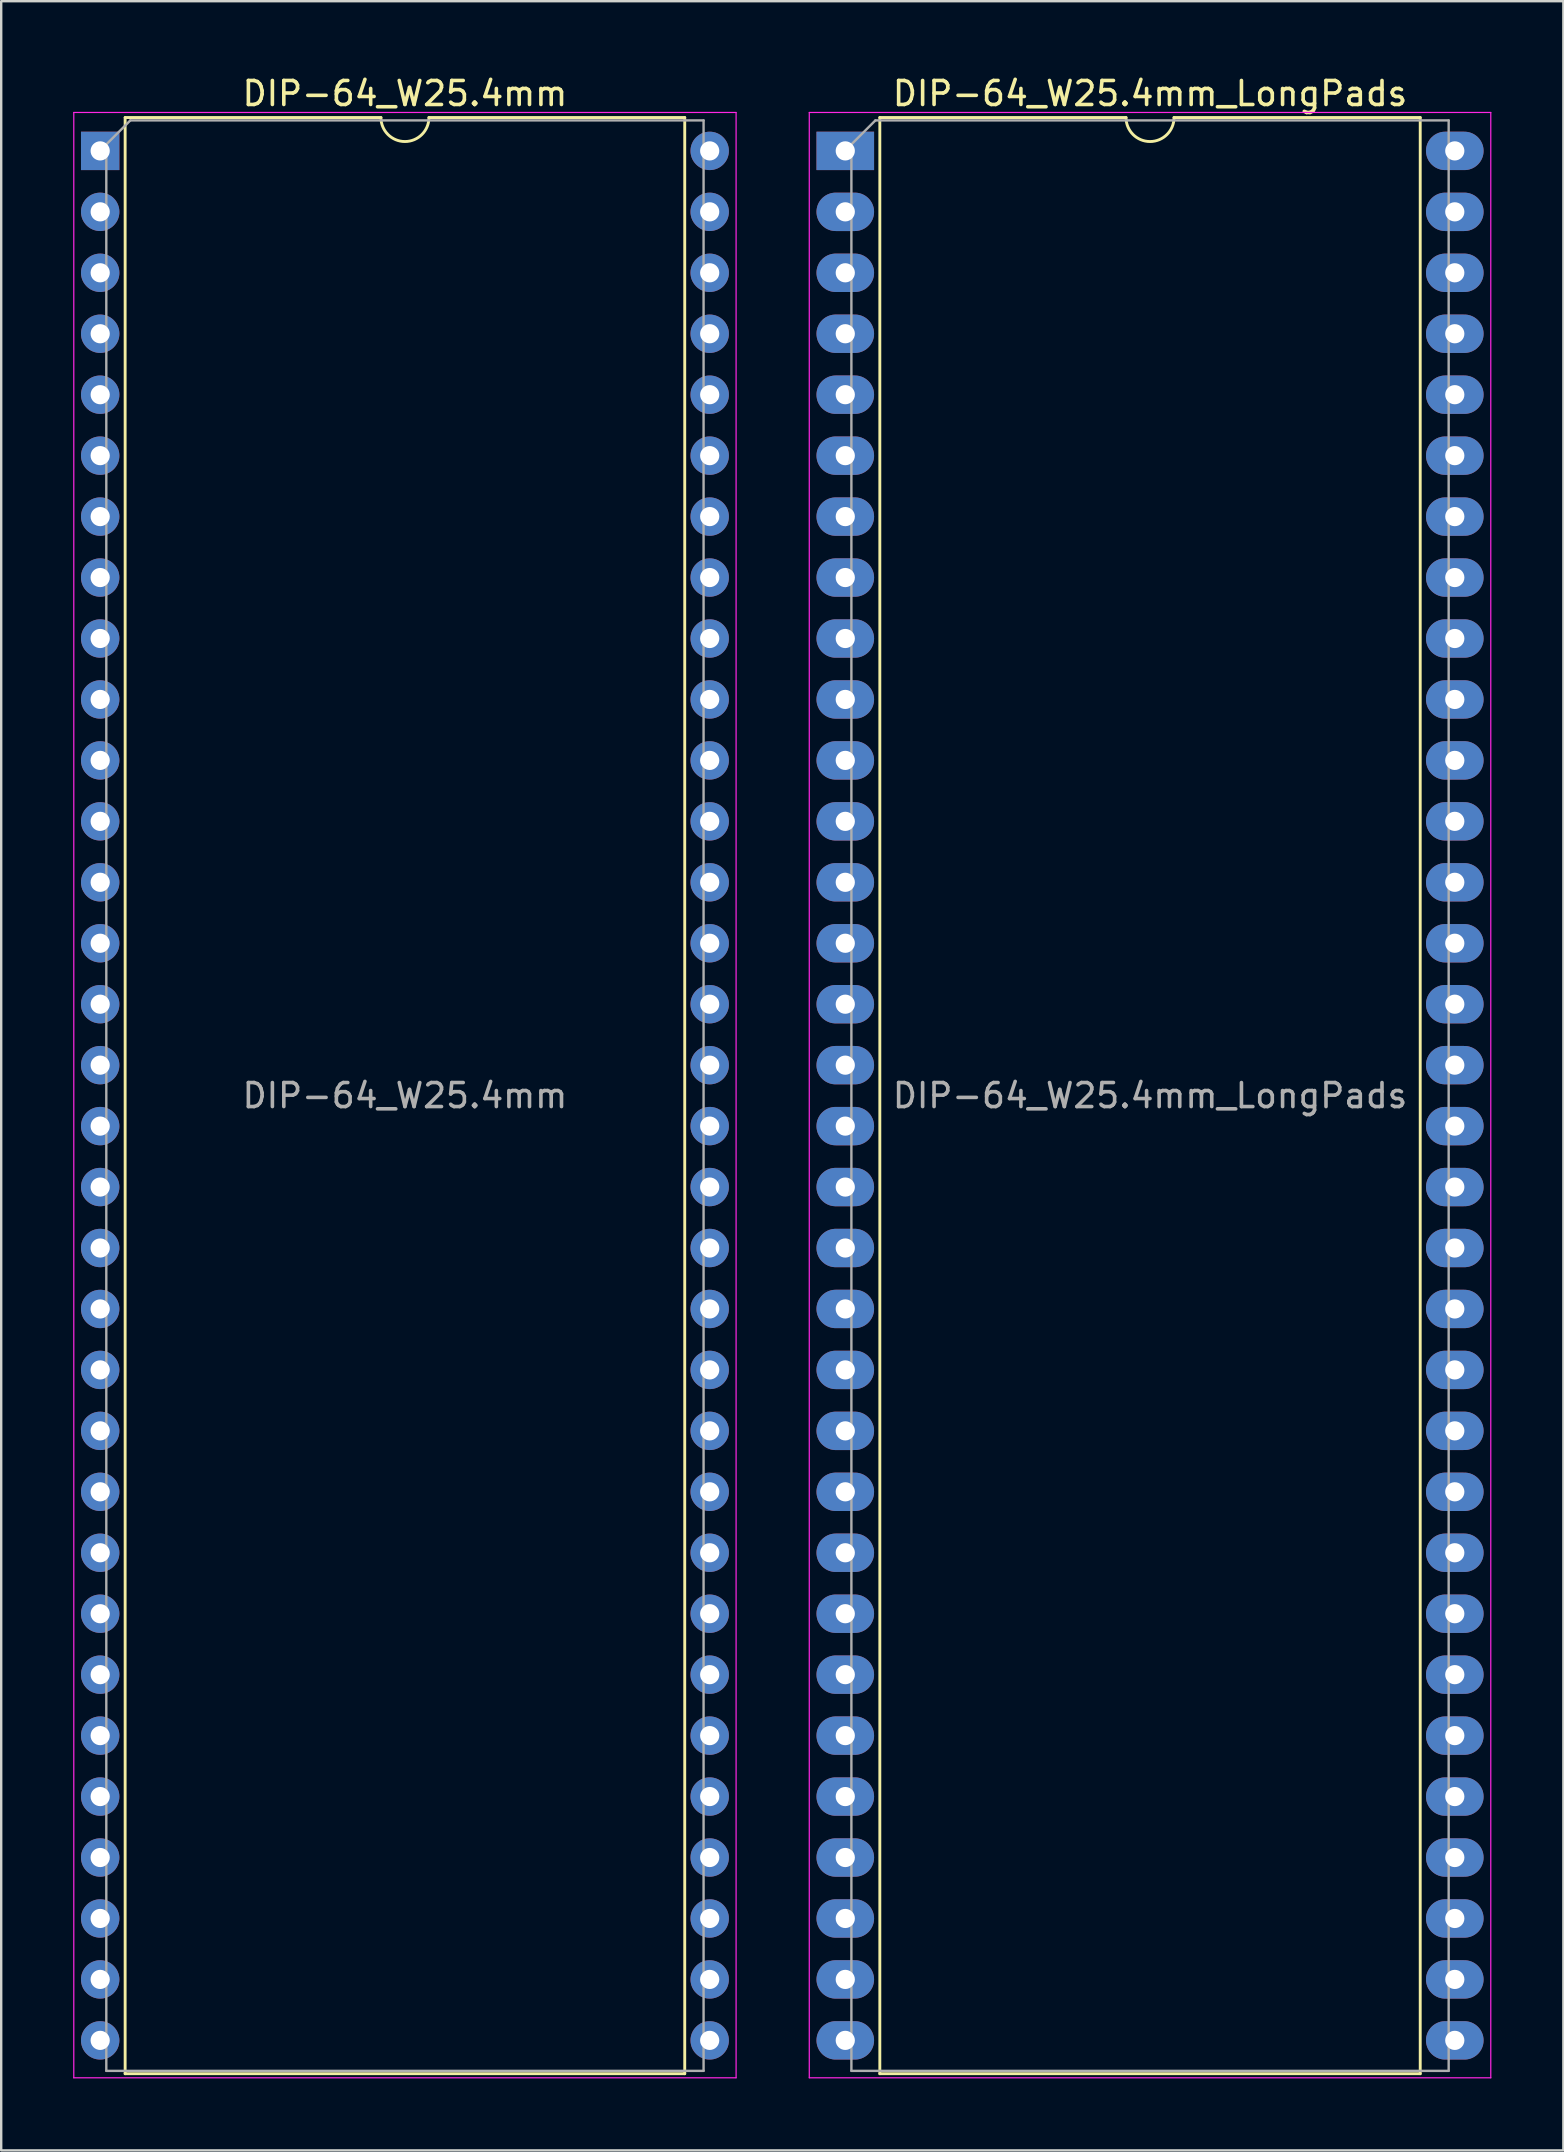
<source format=kicad_pcb>
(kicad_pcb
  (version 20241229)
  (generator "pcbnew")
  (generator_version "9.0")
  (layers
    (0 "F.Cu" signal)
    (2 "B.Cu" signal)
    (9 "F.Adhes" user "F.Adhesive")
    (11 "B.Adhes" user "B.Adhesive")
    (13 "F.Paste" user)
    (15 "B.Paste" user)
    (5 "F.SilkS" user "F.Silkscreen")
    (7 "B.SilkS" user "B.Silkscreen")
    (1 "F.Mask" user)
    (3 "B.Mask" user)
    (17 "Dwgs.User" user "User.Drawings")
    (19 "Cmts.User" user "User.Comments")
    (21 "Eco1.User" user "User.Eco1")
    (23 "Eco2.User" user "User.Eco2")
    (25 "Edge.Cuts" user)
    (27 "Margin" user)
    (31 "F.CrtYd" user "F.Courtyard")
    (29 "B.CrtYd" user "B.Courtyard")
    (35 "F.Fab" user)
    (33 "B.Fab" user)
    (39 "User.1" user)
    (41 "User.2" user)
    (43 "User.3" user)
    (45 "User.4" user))
  (footprint "DIP-64_W25.4mm_LongPads"
    (layer "F.Cu")
    (at 32.175 3.238)
    (property "Reference" "DIP-64_W25.4mm_LongPads" (at 12.7 -2.39 0) (layer "F.SilkS") (effects (font (size 1 1) (thickness 0.15))))
    (attr through_hole)
    (fp_line (start 1.44 -1.39) (end 1.44 80.13) (stroke (width 0.12) (type solid)) (layer "F.SilkS"))
    (fp_line (start 1.44 80.13) (end 23.96 80.13) (stroke (width 0.12) (type solid)) (layer "F.SilkS"))
    (fp_line (start 11.7 -1.39) (end 1.44 -1.39) (stroke (width 0.12) (type solid)) (layer "F.SilkS"))
    (fp_line (start 23.96 -1.39) (end 13.7 -1.39) (stroke (width 0.12) (type solid)) (layer "F.SilkS"))
    (fp_line (start 23.96 80.13) (end 23.96 -1.39) (stroke (width 0.12) (type solid)) (layer "F.SilkS"))
    (fp_arc (start 13.7 -1.39) (mid 12.7 -0.39) (end 11.7 -1.39) (stroke (width 0.12) (type solid)) (layer "F.SilkS"))
    (fp_line (start -1.5 -1.6) (end -1.5 80.3) (stroke (width 0.05) (type solid)) (layer "F.CrtYd"))
    (fp_line (start -1.5 80.3) (end 26.9 80.3) (stroke (width 0.05) (type solid)) (layer "F.CrtYd"))
    (fp_line (start 26.9 -1.6) (end -1.5 -1.6) (stroke (width 0.05) (type solid)) (layer "F.CrtYd"))
    (fp_line (start 26.9 80.3) (end 26.9 -1.6) (stroke (width 0.05) (type solid)) (layer "F.CrtYd"))
    (fp_line (start 0.255 -0.27) (end 1.255 -1.27) (stroke (width 0.1) (type solid)) (layer "F.Fab"))
    (fp_line (start 0.255 80.01) (end 0.255 -0.27) (stroke (width 0.1) (type solid)) (layer "F.Fab"))
    (fp_line (start 1.255 -1.27) (end 25.145 -1.27) (stroke (width 0.1) (type solid)) (layer "F.Fab"))
    (fp_line (start 25.145 -1.27) (end 25.145 80.01) (stroke (width 0.1) (type solid)) (layer "F.Fab"))
    (fp_line (start 25.145 80.01) (end 0.255 80.01) (stroke (width 0.1) (type solid)) (layer "F.Fab"))
    (fp_text user "${REFERENCE}" (at 12.7 39.37 0) (layer "F.Fab") (effects (font (size 1 1) (thickness 0.15))))
    (pad "1" thru_hole rect (at 0 0) (size 2.4 1.6) (drill 0.8) (layers "*.Cu" "*.Mask"))
    (pad "2" thru_hole oval (at 0 2.54) (size 2.4 1.6) (drill 0.8) (layers "*.Cu" "*.Mask"))
    (pad "3" thru_hole oval (at 0 5.08) (size 2.4 1.6) (drill 0.8) (layers "*.Cu" "*.Mask"))
    (pad "4" thru_hole oval (at 0 7.62) (size 2.4 1.6) (drill 0.8) (layers "*.Cu" "*.Mask"))
    (pad "5" thru_hole oval (at 0 10.16) (size 2.4 1.6) (drill 0.8) (layers "*.Cu" "*.Mask"))
    (pad "6" thru_hole oval (at 0 12.7) (size 2.4 1.6) (drill 0.8) (layers "*.Cu" "*.Mask"))
    (pad "7" thru_hole oval (at 0 15.24) (size 2.4 1.6) (drill 0.8) (layers "*.Cu" "*.Mask"))
    (pad "8" thru_hole oval (at 0 17.78) (size 2.4 1.6) (drill 0.8) (layers "*.Cu" "*.Mask"))
    (pad "9" thru_hole oval (at 0 20.32) (size 2.4 1.6) (drill 0.8) (layers "*.Cu" "*.Mask"))
    (pad "10" thru_hole oval (at 0 22.86) (size 2.4 1.6) (drill 0.8) (layers "*.Cu" "*.Mask"))
    (pad "11" thru_hole oval (at 0 25.4) (size 2.4 1.6) (drill 0.8) (layers "*.Cu" "*.Mask"))
    (pad "12" thru_hole oval (at 0 27.94) (size 2.4 1.6) (drill 0.8) (layers "*.Cu" "*.Mask"))
    (pad "13" thru_hole oval (at 0 30.48) (size 2.4 1.6) (drill 0.8) (layers "*.Cu" "*.Mask"))
    (pad "14" thru_hole oval (at 0 33.02) (size 2.4 1.6) (drill 0.8) (layers "*.Cu" "*.Mask"))
    (pad "15" thru_hole oval (at 0 35.56) (size 2.4 1.6) (drill 0.8) (layers "*.Cu" "*.Mask"))
    (pad "16" thru_hole oval (at 0 38.1) (size 2.4 1.6) (drill 0.8) (layers "*.Cu" "*.Mask"))
    (pad "17" thru_hole oval (at 0 40.64) (size 2.4 1.6) (drill 0.8) (layers "*.Cu" "*.Mask"))
    (pad "18" thru_hole oval (at 0 43.18) (size 2.4 1.6) (drill 0.8) (layers "*.Cu" "*.Mask"))
    (pad "19" thru_hole oval (at 0 45.72) (size 2.4 1.6) (drill 0.8) (layers "*.Cu" "*.Mask"))
    (pad "20" thru_hole oval (at 0 48.26) (size 2.4 1.6) (drill 0.8) (layers "*.Cu" "*.Mask"))
    (pad "21" thru_hole oval (at 0 50.8) (size 2.4 1.6) (drill 0.8) (layers "*.Cu" "*.Mask"))
    (pad "22" thru_hole oval (at 0 53.34) (size 2.4 1.6) (drill 0.8) (layers "*.Cu" "*.Mask"))
    (pad "23" thru_hole oval (at 0 55.88) (size 2.4 1.6) (drill 0.8) (layers "*.Cu" "*.Mask"))
    (pad "24" thru_hole oval (at 0 58.42) (size 2.4 1.6) (drill 0.8) (layers "*.Cu" "*.Mask"))
    (pad "25" thru_hole oval (at 0 60.96) (size 2.4 1.6) (drill 0.8) (layers "*.Cu" "*.Mask"))
    (pad "26" thru_hole oval (at 0 63.5) (size 2.4 1.6) (drill 0.8) (layers "*.Cu" "*.Mask"))
    (pad "27" thru_hole oval (at 0 66.04) (size 2.4 1.6) (drill 0.8) (layers "*.Cu" "*.Mask"))
    (pad "28" thru_hole oval (at 0 68.58) (size 2.4 1.6) (drill 0.8) (layers "*.Cu" "*.Mask"))
    (pad "29" thru_hole oval (at 0 71.12) (size 2.4 1.6) (drill 0.8) (layers "*.Cu" "*.Mask"))
    (pad "30" thru_hole oval (at 0 73.66) (size 2.4 1.6) (drill 0.8) (layers "*.Cu" "*.Mask"))
    (pad "31" thru_hole oval (at 0 76.2) (size 2.4 1.6) (drill 0.8) (layers "*.Cu" "*.Mask"))
    (pad "32" thru_hole oval (at 0 78.74) (size 2.4 1.6) (drill 0.8) (layers "*.Cu" "*.Mask"))
    (pad "33" thru_hole oval (at 25.4 78.74) (size 2.4 1.6) (drill 0.8) (layers "*.Cu" "*.Mask"))
    (pad "34" thru_hole oval (at 25.4 76.2) (size 2.4 1.6) (drill 0.8) (layers "*.Cu" "*.Mask"))
    (pad "35" thru_hole oval (at 25.4 73.66) (size 2.4 1.6) (drill 0.8) (layers "*.Cu" "*.Mask"))
    (pad "36" thru_hole oval (at 25.4 71.12) (size 2.4 1.6) (drill 0.8) (layers "*.Cu" "*.Mask"))
    (pad "37" thru_hole oval (at 25.4 68.58) (size 2.4 1.6) (drill 0.8) (layers "*.Cu" "*.Mask"))
    (pad "38" thru_hole oval (at 25.4 66.04) (size 2.4 1.6) (drill 0.8) (layers "*.Cu" "*.Mask"))
    (pad "39" thru_hole oval (at 25.4 63.5) (size 2.4 1.6) (drill 0.8) (layers "*.Cu" "*.Mask"))
    (pad "40" thru_hole oval (at 25.4 60.96) (size 2.4 1.6) (drill 0.8) (layers "*.Cu" "*.Mask"))
    (pad "41" thru_hole oval (at 25.4 58.42) (size 2.4 1.6) (drill 0.8) (layers "*.Cu" "*.Mask"))
    (pad "42" thru_hole oval (at 25.4 55.88) (size 2.4 1.6) (drill 0.8) (layers "*.Cu" "*.Mask"))
    (pad "43" thru_hole oval (at 25.4 53.34) (size 2.4 1.6) (drill 0.8) (layers "*.Cu" "*.Mask"))
    (pad "44" thru_hole oval (at 25.4 50.8) (size 2.4 1.6) (drill 0.8) (layers "*.Cu" "*.Mask"))
    (pad "45" thru_hole oval (at 25.4 48.26) (size 2.4 1.6) (drill 0.8) (layers "*.Cu" "*.Mask"))
    (pad "46" thru_hole oval (at 25.4 45.72) (size 2.4 1.6) (drill 0.8) (layers "*.Cu" "*.Mask"))
    (pad "47" thru_hole oval (at 25.4 43.18) (size 2.4 1.6) (drill 0.8) (layers "*.Cu" "*.Mask"))
    (pad "48" thru_hole oval (at 25.4 40.64) (size 2.4 1.6) (drill 0.8) (layers "*.Cu" "*.Mask"))
    (pad "49" thru_hole oval (at 25.4 38.1) (size 2.4 1.6) (drill 0.8) (layers "*.Cu" "*.Mask"))
    (pad "50" thru_hole oval (at 25.4 35.56) (size 2.4 1.6) (drill 0.8) (layers "*.Cu" "*.Mask"))
    (pad "51" thru_hole oval (at 25.4 33.02) (size 2.4 1.6) (drill 0.8) (layers "*.Cu" "*.Mask"))
    (pad "52" thru_hole oval (at 25.4 30.48) (size 2.4 1.6) (drill 0.8) (layers "*.Cu" "*.Mask"))
    (pad "53" thru_hole oval (at 25.4 27.94) (size 2.4 1.6) (drill 0.8) (layers "*.Cu" "*.Mask"))
    (pad "54" thru_hole oval (at 25.4 25.4) (size 2.4 1.6) (drill 0.8) (layers "*.Cu" "*.Mask"))
    (pad "55" thru_hole oval (at 25.4 22.86) (size 2.4 1.6) (drill 0.8) (layers "*.Cu" "*.Mask"))
    (pad "56" thru_hole oval (at 25.4 20.32) (size 2.4 1.6) (drill 0.8) (layers "*.Cu" "*.Mask"))
    (pad "57" thru_hole oval (at 25.4 17.78) (size 2.4 1.6) (drill 0.8) (layers "*.Cu" "*.Mask"))
    (pad "58" thru_hole oval (at 25.4 15.24) (size 2.4 1.6) (drill 0.8) (layers "*.Cu" "*.Mask"))
    (pad "59" thru_hole oval (at 25.4 12.7) (size 2.4 1.6) (drill 0.8) (layers "*.Cu" "*.Mask"))
    (pad "60" thru_hole oval (at 25.4 10.16) (size 2.4 1.6) (drill 0.8) (layers "*.Cu" "*.Mask"))
    (pad "61" thru_hole oval (at 25.4 7.62) (size 2.4 1.6) (drill 0.8) (layers "*.Cu" "*.Mask"))
    (pad "62" thru_hole oval (at 25.4 5.08) (size 2.4 1.6) (drill 0.8) (layers "*.Cu" "*.Mask"))
    (pad "63" thru_hole oval (at 25.4 2.54) (size 2.4 1.6) (drill 0.8) (layers "*.Cu" "*.Mask"))
    (pad "64" thru_hole oval (at 25.4 0) (size 2.4 1.6) (drill 0.8) (layers "*.Cu" "*.Mask")))
  (footprint "DIP-64_W25.4mm"
    (layer "F.Cu")
    (at 1.125 3.238)
    (property "Reference" "DIP-64_W25.4mm" (at 12.7 -2.39 0) (layer "F.SilkS") (effects (font (size 1 1) (thickness 0.15))))
    (attr through_hole)
    (fp_line (start 1.04 -1.39) (end 1.04 80.13) (stroke (width 0.12) (type solid)) (layer "F.SilkS"))
    (fp_line (start 1.04 80.13) (end 24.36 80.13) (stroke (width 0.12) (type solid)) (layer "F.SilkS"))
    (fp_line (start 11.7 -1.39) (end 1.04 -1.39) (stroke (width 0.12) (type solid)) (layer "F.SilkS"))
    (fp_line (start 24.36 -1.39) (end 13.7 -1.39) (stroke (width 0.12) (type solid)) (layer "F.SilkS"))
    (fp_line (start 24.36 80.13) (end 24.36 -1.39) (stroke (width 0.12) (type solid)) (layer "F.SilkS"))
    (fp_arc (start 13.7 -1.39) (mid 12.7 -0.39) (end 11.7 -1.39) (stroke (width 0.12) (type solid)) (layer "F.SilkS"))
    (fp_line (start -1.1 -1.6) (end -1.1 80.3) (stroke (width 0.05) (type solid)) (layer "F.CrtYd"))
    (fp_line (start -1.1 80.3) (end 26.5 80.3) (stroke (width 0.05) (type solid)) (layer "F.CrtYd"))
    (fp_line (start 26.5 -1.6) (end -1.1 -1.6) (stroke (width 0.05) (type solid)) (layer "F.CrtYd"))
    (fp_line (start 26.5 80.3) (end 26.5 -1.6) (stroke (width 0.05) (type solid)) (layer "F.CrtYd"))
    (fp_line (start 0.255 -0.27) (end 1.255 -1.27) (stroke (width 0.1) (type solid)) (layer "F.Fab"))
    (fp_line (start 0.255 80.01) (end 0.255 -0.27) (stroke (width 0.1) (type solid)) (layer "F.Fab"))
    (fp_line (start 1.255 -1.27) (end 25.145 -1.27) (stroke (width 0.1) (type solid)) (layer "F.Fab"))
    (fp_line (start 25.145 -1.27) (end 25.145 80.01) (stroke (width 0.1) (type solid)) (layer "F.Fab"))
    (fp_line (start 25.145 80.01) (end 0.255 80.01) (stroke (width 0.1) (type solid)) (layer "F.Fab"))
    (fp_text user "${REFERENCE}" (at 12.7 39.37 0) (layer "F.Fab") (effects (font (size 1 1) (thickness 0.15))))
    (pad "1" thru_hole rect (at 0 0) (size 1.6 1.6) (drill 0.8) (layers "*.Cu" "*.Mask"))
    (pad "2" thru_hole oval (at 0 2.54) (size 1.6 1.6) (drill 0.8) (layers "*.Cu" "*.Mask"))
    (pad "3" thru_hole oval (at 0 5.08) (size 1.6 1.6) (drill 0.8) (layers "*.Cu" "*.Mask"))
    (pad "4" thru_hole oval (at 0 7.62) (size 1.6 1.6) (drill 0.8) (layers "*.Cu" "*.Mask"))
    (pad "5" thru_hole oval (at 0 10.16) (size 1.6 1.6) (drill 0.8) (layers "*.Cu" "*.Mask"))
    (pad "6" thru_hole oval (at 0 12.7) (size 1.6 1.6) (drill 0.8) (layers "*.Cu" "*.Mask"))
    (pad "7" thru_hole oval (at 0 15.24) (size 1.6 1.6) (drill 0.8) (layers "*.Cu" "*.Mask"))
    (pad "8" thru_hole oval (at 0 17.78) (size 1.6 1.6) (drill 0.8) (layers "*.Cu" "*.Mask"))
    (pad "9" thru_hole oval (at 0 20.32) (size 1.6 1.6) (drill 0.8) (layers "*.Cu" "*.Mask"))
    (pad "10" thru_hole oval (at 0 22.86) (size 1.6 1.6) (drill 0.8) (layers "*.Cu" "*.Mask"))
    (pad "11" thru_hole oval (at 0 25.4) (size 1.6 1.6) (drill 0.8) (layers "*.Cu" "*.Mask"))
    (pad "12" thru_hole oval (at 0 27.94) (size 1.6 1.6) (drill 0.8) (layers "*.Cu" "*.Mask"))
    (pad "13" thru_hole oval (at 0 30.48) (size 1.6 1.6) (drill 0.8) (layers "*.Cu" "*.Mask"))
    (pad "14" thru_hole oval (at 0 33.02) (size 1.6 1.6) (drill 0.8) (layers "*.Cu" "*.Mask"))
    (pad "15" thru_hole oval (at 0 35.56) (size 1.6 1.6) (drill 0.8) (layers "*.Cu" "*.Mask"))
    (pad "16" thru_hole oval (at 0 38.1) (size 1.6 1.6) (drill 0.8) (layers "*.Cu" "*.Mask"))
    (pad "17" thru_hole oval (at 0 40.64) (size 1.6 1.6) (drill 0.8) (layers "*.Cu" "*.Mask"))
    (pad "18" thru_hole oval (at 0 43.18) (size 1.6 1.6) (drill 0.8) (layers "*.Cu" "*.Mask"))
    (pad "19" thru_hole oval (at 0 45.72) (size 1.6 1.6) (drill 0.8) (layers "*.Cu" "*.Mask"))
    (pad "20" thru_hole oval (at 0 48.26) (size 1.6 1.6) (drill 0.8) (layers "*.Cu" "*.Mask"))
    (pad "21" thru_hole oval (at 0 50.8) (size 1.6 1.6) (drill 0.8) (layers "*.Cu" "*.Mask"))
    (pad "22" thru_hole oval (at 0 53.34) (size 1.6 1.6) (drill 0.8) (layers "*.Cu" "*.Mask"))
    (pad "23" thru_hole oval (at 0 55.88) (size 1.6 1.6) (drill 0.8) (layers "*.Cu" "*.Mask"))
    (pad "24" thru_hole oval (at 0 58.42) (size 1.6 1.6) (drill 0.8) (layers "*.Cu" "*.Mask"))
    (pad "25" thru_hole oval (at 0 60.96) (size 1.6 1.6) (drill 0.8) (layers "*.Cu" "*.Mask"))
    (pad "26" thru_hole oval (at 0 63.5) (size 1.6 1.6) (drill 0.8) (layers "*.Cu" "*.Mask"))
    (pad "27" thru_hole oval (at 0 66.04) (size 1.6 1.6) (drill 0.8) (layers "*.Cu" "*.Mask"))
    (pad "28" thru_hole oval (at 0 68.58) (size 1.6 1.6) (drill 0.8) (layers "*.Cu" "*.Mask"))
    (pad "29" thru_hole oval (at 0 71.12) (size 1.6 1.6) (drill 0.8) (layers "*.Cu" "*.Mask"))
    (pad "30" thru_hole oval (at 0 73.66) (size 1.6 1.6) (drill 0.8) (layers "*.Cu" "*.Mask"))
    (pad "31" thru_hole oval (at 0 76.2) (size 1.6 1.6) (drill 0.8) (layers "*.Cu" "*.Mask"))
    (pad "32" thru_hole oval (at 0 78.74) (size 1.6 1.6) (drill 0.8) (layers "*.Cu" "*.Mask"))
    (pad "33" thru_hole oval (at 25.4 78.74) (size 1.6 1.6) (drill 0.8) (layers "*.Cu" "*.Mask"))
    (pad "34" thru_hole oval (at 25.4 76.2) (size 1.6 1.6) (drill 0.8) (layers "*.Cu" "*.Mask"))
    (pad "35" thru_hole oval (at 25.4 73.66) (size 1.6 1.6) (drill 0.8) (layers "*.Cu" "*.Mask"))
    (pad "36" thru_hole oval (at 25.4 71.12) (size 1.6 1.6) (drill 0.8) (layers "*.Cu" "*.Mask"))
    (pad "37" thru_hole oval (at 25.4 68.58) (size 1.6 1.6) (drill 0.8) (layers "*.Cu" "*.Mask"))
    (pad "38" thru_hole oval (at 25.4 66.04) (size 1.6 1.6) (drill 0.8) (layers "*.Cu" "*.Mask"))
    (pad "39" thru_hole oval (at 25.4 63.5) (size 1.6 1.6) (drill 0.8) (layers "*.Cu" "*.Mask"))
    (pad "40" thru_hole oval (at 25.4 60.96) (size 1.6 1.6) (drill 0.8) (layers "*.Cu" "*.Mask"))
    (pad "41" thru_hole oval (at 25.4 58.42) (size 1.6 1.6) (drill 0.8) (layers "*.Cu" "*.Mask"))
    (pad "42" thru_hole oval (at 25.4 55.88) (size 1.6 1.6) (drill 0.8) (layers "*.Cu" "*.Mask"))
    (pad "43" thru_hole oval (at 25.4 53.34) (size 1.6 1.6) (drill 0.8) (layers "*.Cu" "*.Mask"))
    (pad "44" thru_hole oval (at 25.4 50.8) (size 1.6 1.6) (drill 0.8) (layers "*.Cu" "*.Mask"))
    (pad "45" thru_hole oval (at 25.4 48.26) (size 1.6 1.6) (drill 0.8) (layers "*.Cu" "*.Mask"))
    (pad "46" thru_hole oval (at 25.4 45.72) (size 1.6 1.6) (drill 0.8) (layers "*.Cu" "*.Mask"))
    (pad "47" thru_hole oval (at 25.4 43.18) (size 1.6 1.6) (drill 0.8) (layers "*.Cu" "*.Mask"))
    (pad "48" thru_hole oval (at 25.4 40.64) (size 1.6 1.6) (drill 0.8) (layers "*.Cu" "*.Mask"))
    (pad "49" thru_hole oval (at 25.4 38.1) (size 1.6 1.6) (drill 0.8) (layers "*.Cu" "*.Mask"))
    (pad "50" thru_hole oval (at 25.4 35.56) (size 1.6 1.6) (drill 0.8) (layers "*.Cu" "*.Mask"))
    (pad "51" thru_hole oval (at 25.4 33.02) (size 1.6 1.6) (drill 0.8) (layers "*.Cu" "*.Mask"))
    (pad "52" thru_hole oval (at 25.4 30.48) (size 1.6 1.6) (drill 0.8) (layers "*.Cu" "*.Mask"))
    (pad "53" thru_hole oval (at 25.4 27.94) (size 1.6 1.6) (drill 0.8) (layers "*.Cu" "*.Mask"))
    (pad "54" thru_hole oval (at 25.4 25.4) (size 1.6 1.6) (drill 0.8) (layers "*.Cu" "*.Mask"))
    (pad "55" thru_hole oval (at 25.4 22.86) (size 1.6 1.6) (drill 0.8) (layers "*.Cu" "*.Mask"))
    (pad "56" thru_hole oval (at 25.4 20.32) (size 1.6 1.6) (drill 0.8) (layers "*.Cu" "*.Mask"))
    (pad "57" thru_hole oval (at 25.4 17.78) (size 1.6 1.6) (drill 0.8) (layers "*.Cu" "*.Mask"))
    (pad "58" thru_hole oval (at 25.4 15.24) (size 1.6 1.6) (drill 0.8) (layers "*.Cu" "*.Mask"))
    (pad "59" thru_hole oval (at 25.4 12.7) (size 1.6 1.6) (drill 0.8) (layers "*.Cu" "*.Mask"))
    (pad "60" thru_hole oval (at 25.4 10.16) (size 1.6 1.6) (drill 0.8) (layers "*.Cu" "*.Mask"))
    (pad "61" thru_hole oval (at 25.4 7.62) (size 1.6 1.6) (drill 0.8) (layers "*.Cu" "*.Mask"))
    (pad "62" thru_hole oval (at 25.4 5.08) (size 1.6 1.6) (drill 0.8) (layers "*.Cu" "*.Mask"))
    (pad "63" thru_hole oval (at 25.4 2.54) (size 1.6 1.6) (drill 0.8) (layers "*.Cu" "*.Mask"))
    (pad "64" thru_hole oval (at 25.4 0) (size 1.6 1.6) (drill 0.8) (layers "*.Cu" "*.Mask")))
  (gr_rect
    (start -3 -3)
    (end 62.1 86.563)
    (stroke (width 0.1) (type default))
    (fill no)
    (layer "Edge.Cuts")))
</source>
